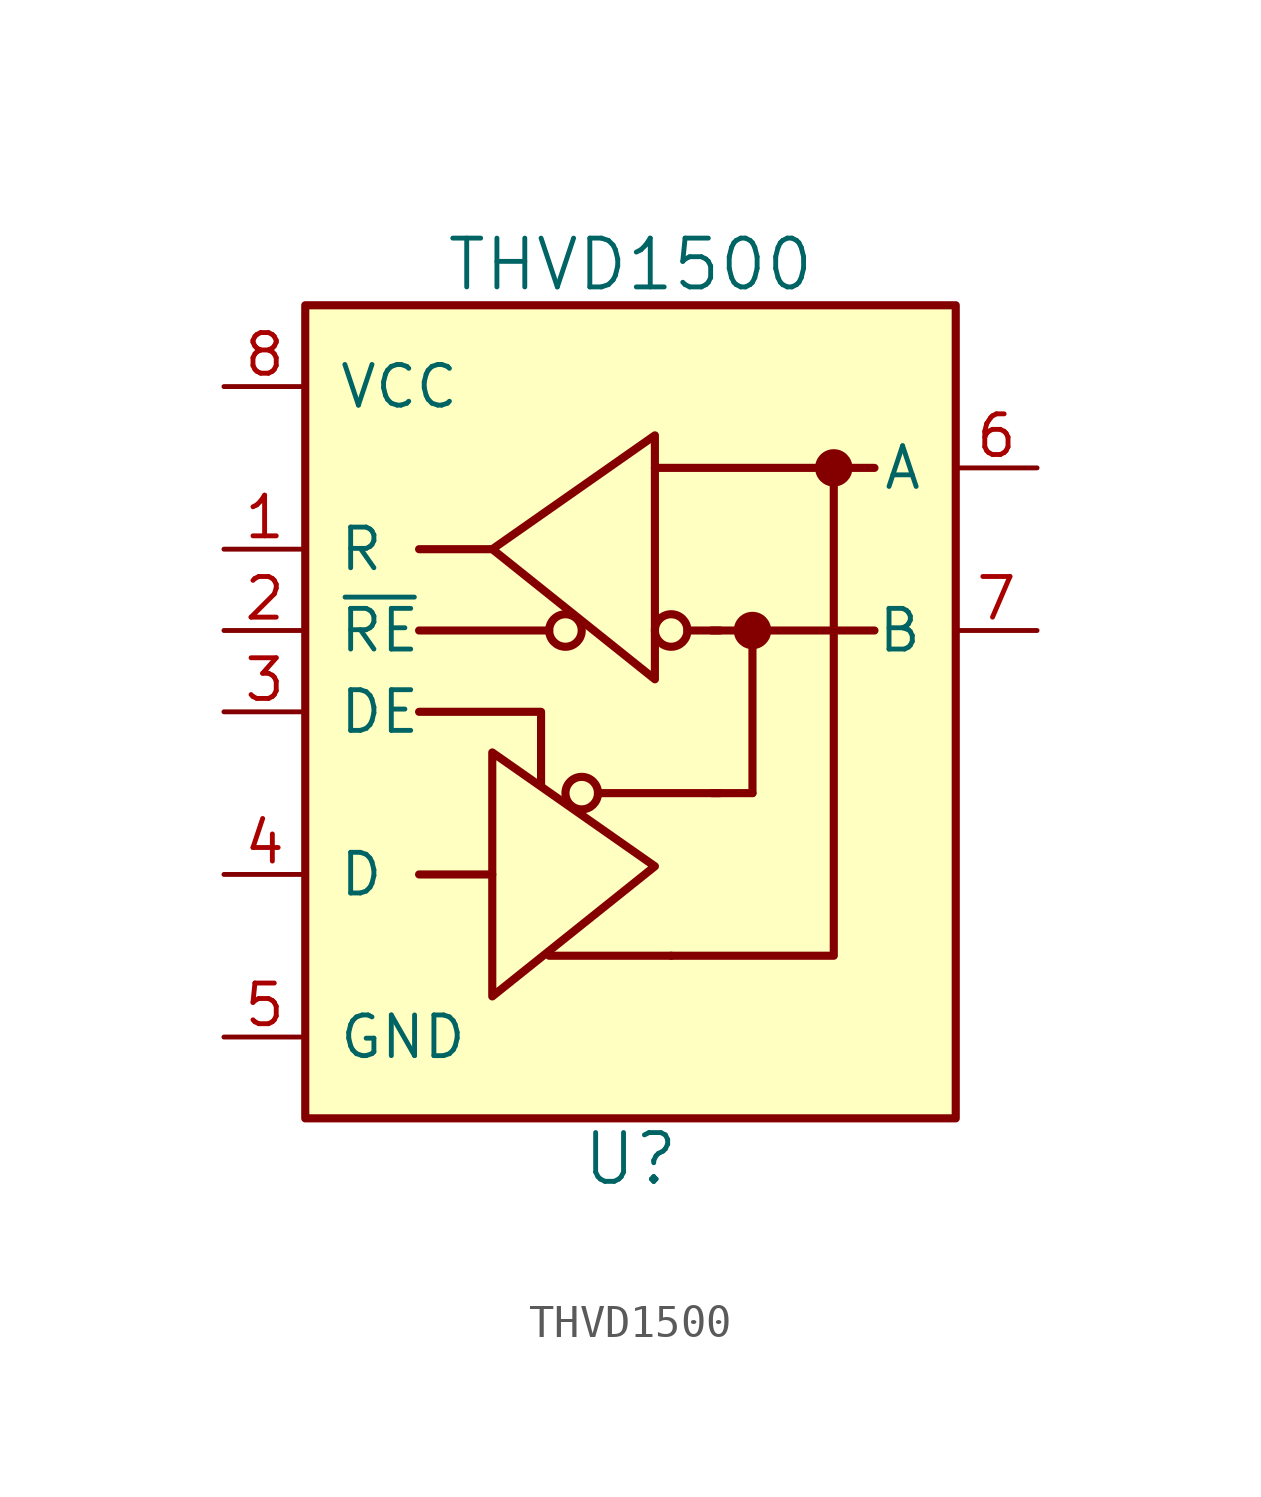
<source format=kicad_sym>
(kicad_symbol_lib
  (version 20231120)
  (generator "kicad_symbol_editor")
  (generator_version "8.0")
  (symbol "THVD1500"
    (pin_names
      (offset 1.016))
    (property "Reference" "U"
      (at 0 -13.97 0)
      (effects (font (size 1.524 1.524))))
    (property "Value" "THVD1500"
      (at 0 13.97 0)
      (effects (font (size 1.524 1.524))))
    (symbol "THVD1500_0_1"
      (rectangle (start -10.16 12.7) (end 10.16 -12.7) (stroke (width 0.254) (type default)) (fill (type background)))
      (circle (center -1.524 -2.54) (radius 0.508) (stroke (width 0.254) (type default)) (fill (type none)))
      (polyline (pts (xy -6.604 2.54) (xy -2.54 2.54)) (stroke (width 0.254) (type default)) (fill (type none)))
      (polyline (pts (xy -4.318 -5.08) (xy -6.604 -5.08)) (stroke (width 0.254) (type default)) (fill (type none)))
      (polyline (pts (xy -4.318 5.08) (xy -6.604 5.08)) (stroke (width 0.254) (type default)) (fill (type none)))
      (polyline (pts (xy -2.54 -7.62) (xy 1.27 -7.62)) (stroke (width 0.254) (type default)) (fill (type none)))
      (polyline (pts (xy -1.016 -2.54) (xy 2.794 -2.54)) (stroke (width 0.254) (type default)) (fill (type none)))
      (polyline (pts (xy 0.762 7.62) (xy 6.35 7.62)) (stroke (width 0.254) (type default)) (fill (type none)))
      (polyline (pts (xy 1.778 2.54) (xy 2.794 2.54)) (stroke (width 0.254) (type default)) (fill (type none)))
      (polyline (pts (xy 3.81 -2.54) (xy 2.54 -2.54)) (stroke (width 0.254) (type default)) (fill (type none)))
      (polyline (pts (xy 3.81 2.54) (xy 2.54 2.54)) (stroke (width 0.254) (type default)) (fill (type none)))
      (polyline (pts (xy 3.81 2.54) (xy 3.81 -2.54)) (stroke (width 0.254) (type default)) (fill (type none)))
      (polyline (pts (xy 3.81 2.54) (xy 7.62 2.54)) (stroke (width 0.254) (type default)) (fill (type none)))
      (polyline (pts (xy 6.35 7.62) (xy 7.62 7.62)) (stroke (width 0.254) (type default)) (fill (type none)))
      (polyline (pts (xy -6.604 0) (xy -2.794 0) (xy -2.794 -2.286)) (stroke (width 0.254) (type default)) (fill (type none)))
      (polyline (pts (xy 6.35 7.62) (xy 6.35 -7.62) (xy 1.27 -7.62)) (stroke (width 0.254) (type default)) (fill (type none)))
      (polyline (pts (xy -4.318 -5.08) (xy -4.318 -1.27) (xy 0.762 -4.826) (xy -4.318 -8.89) (xy -4.318 -5.08)) (stroke (width 0.254) (type default)) (fill (type none)))
      (circle (center 3.81 2.54) (radius 0.508) (stroke (width 0) (type default)) (fill (type outline)))
      (circle (center 6.35 7.62) (radius 0.508) (stroke (width 0) (type default)) (fill (type outline))))
    (symbol "THVD1500_1_1"
      (circle (center -2.032 2.54) (radius 0.508) (stroke (width 0.254) (type default)) (fill (type none)))
      (polyline (pts (xy 0.762 4.826) (xy 0.762 8.636) (xy -4.318 5.08) (xy 0.762 1.016) (xy 0.762 4.826)) (stroke (width 0.254) (type default)) (fill (type none)))
      (circle (center 1.27 2.54) (radius 0.508) (stroke (width 0.254) (type default)) (fill (type none)))
      (pin output line (at -12.7 5.08 0) (length 2.54) (name "R" (effects (font (size 1.27 1.27)))) (number "1" (effects (font (size 1.27 1.27)))))
      (pin input line (at -12.7 2.54 0) (length 2.54) (name "~{RE}" (effects (font (size 1.27 1.27)))) (number "2" (effects (font (size 1.27 1.27)))))
      (pin input line (at -12.7 0 0) (length 2.54) (name "DE" (effects (font (size 1.27 1.27)))) (number "3" (effects (font (size 1.27 1.27)))))
      (pin input line (at -12.7 -5.08 0) (length 2.54) (name "D" (effects (font (size 1.27 1.27)))) (number "4" (effects (font (size 1.27 1.27)))))
      (pin power_out line (at -12.7 -10.16 0) (length 2.54) (name "GND" (effects (font (size 1.27 1.27)))) (number "5" (effects (font (size 1.27 1.27)))))
      (pin bidirectional line (at 12.7 7.62 180) (length 2.54) (name "A" (effects (font (size 1.27 1.27)))) (number "6" (effects (font (size 1.27 1.27)))))
      (pin bidirectional line (at 12.7 2.54 180) (length 2.54) (name "B" (effects (font (size 1.27 1.27)))) (number "7" (effects (font (size 1.27 1.27)))))
      (pin power_in line (at -12.7 10.16 0) (length 2.54) (name "VCC" (effects (font (size 1.27 1.27)))) (number "8" (effects (font (size 1.27 1.27))))))))
</source>
